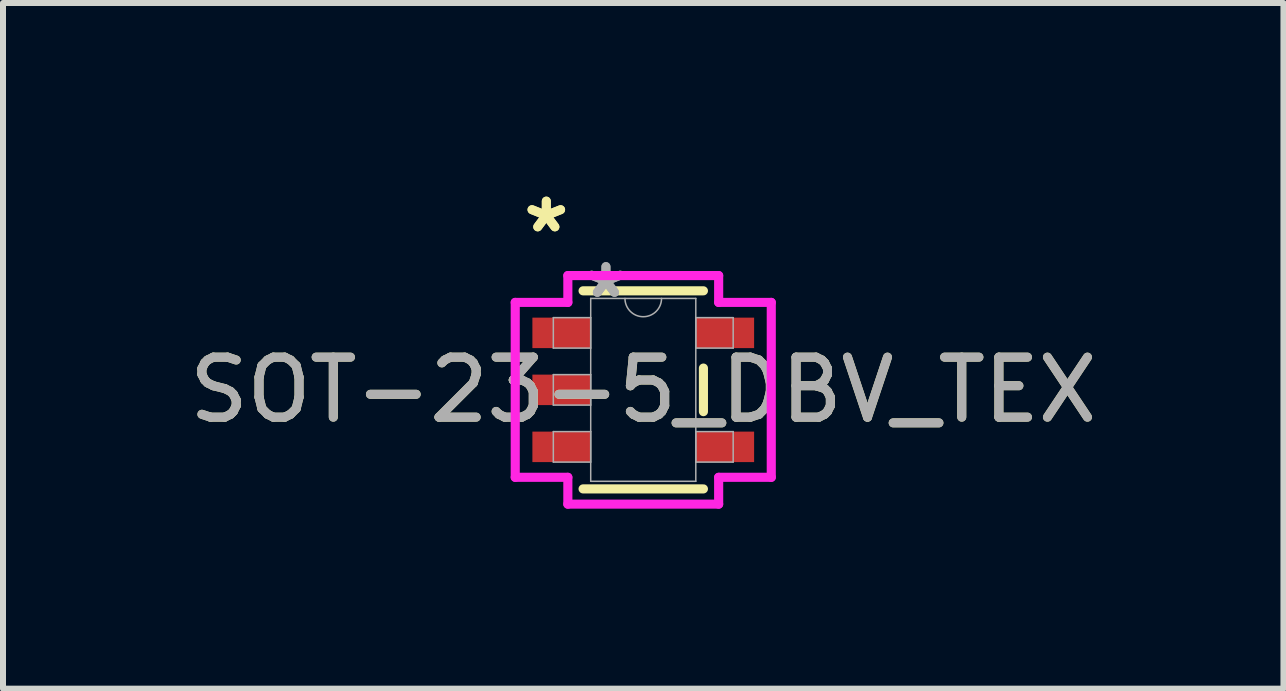
<source format=kicad_pcb>
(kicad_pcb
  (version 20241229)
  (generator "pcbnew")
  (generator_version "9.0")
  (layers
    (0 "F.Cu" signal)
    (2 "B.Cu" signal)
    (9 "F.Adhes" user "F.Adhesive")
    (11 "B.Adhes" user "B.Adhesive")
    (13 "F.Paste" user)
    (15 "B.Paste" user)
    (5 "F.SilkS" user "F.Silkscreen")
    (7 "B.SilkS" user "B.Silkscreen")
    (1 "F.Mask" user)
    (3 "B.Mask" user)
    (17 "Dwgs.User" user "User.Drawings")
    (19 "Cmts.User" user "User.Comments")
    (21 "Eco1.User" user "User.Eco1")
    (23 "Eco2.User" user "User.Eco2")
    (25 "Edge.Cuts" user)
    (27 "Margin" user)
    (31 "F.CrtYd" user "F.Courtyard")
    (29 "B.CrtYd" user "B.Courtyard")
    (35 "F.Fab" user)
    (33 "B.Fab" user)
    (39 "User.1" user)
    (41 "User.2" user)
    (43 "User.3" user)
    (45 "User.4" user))
  (footprint "SOT-23-5_DBV_TEX"
    (layer "F.Cu")
    (at 7.673 3.449)
    (property "Reference" "SOT-23-5_DBV_TEX" (at 0 0 0) (unlocked yes) (layer "F.SilkS") (effects (font (size 1 1) (thickness 0.15))))
    (attr smd)
    (fp_line (start -1.003 1.651) (end 1.003 1.651) (stroke (width 0.152) (type solid)) (layer "F.SilkS"))
    (fp_line (start 1.003 -1.651) (end -1.003 -1.651) (stroke (width 0.152) (type solid)) (layer "F.SilkS"))
    (fp_line (start 1.003 0.363) (end 1.003 -0.363) (stroke (width 0.152) (type solid)) (layer "F.SilkS"))
    (fp_line (start -2.134 -1.458) (end -1.257 -1.458) (stroke (width 0.152) (type solid)) (layer "F.CrtYd"))
    (fp_line (start -2.134 1.458) (end -2.134 -1.458) (stroke (width 0.152) (type solid)) (layer "F.CrtYd"))
    (fp_line (start -1.257 -1.905) (end 1.257 -1.905) (stroke (width 0.152) (type solid)) (layer "F.CrtYd"))
    (fp_line (start -1.257 -1.458) (end -1.257 -1.905) (stroke (width 0.152) (type solid)) (layer "F.CrtYd"))
    (fp_line (start -1.257 1.458) (end -2.134 1.458) (stroke (width 0.152) (type solid)) (layer "F.CrtYd"))
    (fp_line (start -1.257 1.905) (end -1.257 1.458) (stroke (width 0.152) (type solid)) (layer "F.CrtYd"))
    (fp_line (start 1.257 -1.905) (end 1.257 -1.458) (stroke (width 0.152) (type solid)) (layer "F.CrtYd"))
    (fp_line (start 1.257 -1.458) (end 2.134 -1.458) (stroke (width 0.152) (type solid)) (layer "F.CrtYd"))
    (fp_line (start 1.257 1.458) (end 1.257 1.905) (stroke (width 0.152) (type solid)) (layer "F.CrtYd"))
    (fp_line (start 1.257 1.905) (end -1.257 1.905) (stroke (width 0.152) (type solid)) (layer "F.CrtYd"))
    (fp_line (start 2.134 -1.458) (end 2.134 1.458) (stroke (width 0.152) (type solid)) (layer "F.CrtYd"))
    (fp_line (start 2.134 1.458) (end 1.257 1.458) (stroke (width 0.152) (type solid)) (layer "F.CrtYd"))
    (fp_line (start -1.499 -1.204) (end -1.499 -0.696) (stroke (width 0.025) (type solid)) (layer "F.Fab"))
    (fp_line (start -1.499 -0.696) (end -0.876 -0.696) (stroke (width 0.025) (type solid)) (layer "F.Fab"))
    (fp_line (start -1.499 -0.254) (end -1.499 0.254) (stroke (width 0.025) (type solid)) (layer "F.Fab"))
    (fp_line (start -1.499 0.254) (end -0.876 0.254) (stroke (width 0.025) (type solid)) (layer "F.Fab"))
    (fp_line (start -1.499 0.696) (end -1.499 1.204) (stroke (width 0.025) (type solid)) (layer "F.Fab"))
    (fp_line (start -1.499 1.204) (end -0.876 1.204) (stroke (width 0.025) (type solid)) (layer "F.Fab"))
    (fp_line (start -0.876 -1.524) (end -0.876 1.524) (stroke (width 0.025) (type solid)) (layer "F.Fab"))
    (fp_line (start -0.876 -1.204) (end -1.499 -1.204) (stroke (width 0.025) (type solid)) (layer "F.Fab"))
    (fp_line (start -0.876 -0.696) (end -0.876 -1.204) (stroke (width 0.025) (type solid)) (layer "F.Fab"))
    (fp_line (start -0.876 -0.254) (end -1.499 -0.254) (stroke (width 0.025) (type solid)) (layer "F.Fab"))
    (fp_line (start -0.876 0.254) (end -0.876 -0.254) (stroke (width 0.025) (type solid)) (layer "F.Fab"))
    (fp_line (start -0.876 0.696) (end -1.499 0.696) (stroke (width 0.025) (type solid)) (layer "F.Fab"))
    (fp_line (start -0.876 1.204) (end -0.876 0.696) (stroke (width 0.025) (type solid)) (layer "F.Fab"))
    (fp_line (start -0.876 1.524) (end 0.876 1.524) (stroke (width 0.025) (type solid)) (layer "F.Fab"))
    (fp_line (start 0.876 -1.524) (end -0.876 -1.524) (stroke (width 0.025) (type solid)) (layer "F.Fab"))
    (fp_line (start 0.876 -1.204) (end 0.876 -0.696) (stroke (width 0.025) (type solid)) (layer "F.Fab"))
    (fp_line (start 0.876 -0.696) (end 1.499 -0.696) (stroke (width 0.025) (type solid)) (layer "F.Fab"))
    (fp_line (start 0.876 0.696) (end 0.876 1.204) (stroke (width 0.025) (type solid)) (layer "F.Fab"))
    (fp_line (start 0.876 1.204) (end 1.499 1.204) (stroke (width 0.025) (type solid)) (layer "F.Fab"))
    (fp_line (start 0.876 1.524) (end 0.876 -1.524) (stroke (width 0.025) (type solid)) (layer "F.Fab"))
    (fp_line (start 1.499 -1.204) (end 0.876 -1.204) (stroke (width 0.025) (type solid)) (layer "F.Fab"))
    (fp_line (start 1.499 -0.696) (end 1.499 -1.204) (stroke (width 0.025) (type solid)) (layer "F.Fab"))
    (fp_line (start 1.499 0.696) (end 0.876 0.696) (stroke (width 0.025) (type solid)) (layer "F.Fab"))
    (fp_line (start 1.499 1.204) (end 1.499 0.696) (stroke (width 0.025) (type solid)) (layer "F.Fab"))
    (fp_arc (start 0.3048 -1.524) (mid 0 -1.2192) (end -0.3048 -1.524) (stroke (width 0.0254) (type solid)) (layer "F.Fab"))
    (fp_text user "*" (at -1.616 -2.601 0) (layer "F.SilkS") (effects (font (size 1 1) (thickness 0.15))))
    (fp_text user "*" (at -1.616 -2.601 0) (unlocked yes) (layer "F.SilkS") (effects (font (size 1 1) (thickness 0.15))))
    (fp_text user "${REFERENCE}" (at 0 0 0) (unlocked yes) (layer "F.Fab") (effects (font (size 1 1) (thickness 0.15))))
    (fp_text user "*" (at -0.622 -1.509 0) (unlocked yes) (layer "F.Fab") (effects (font (size 1 1) (thickness 0.15))))
    (fp_text user "*" (at -0.622 -1.509 0) (layer "F.Fab") (effects (font (size 1 1) (thickness 0.15))))
    (pad "1" smd rect (at -1.362 -0.95) (size 0.972 0.508) (layers "F.Cu" "F.Mask" "F.Paste"))
    (pad "2" smd rect (at -1.362 0) (size 0.972 0.508) (layers "F.Cu" "F.Mask" "F.Paste"))
    (pad "3" smd rect (at -1.362 0.95) (size 0.972 0.508) (layers "F.Cu" "F.Mask" "F.Paste"))
    (pad "4" smd rect (at 1.362 0.95) (size 0.972 0.508) (layers "F.Cu" "F.Mask" "F.Paste"))
    (pad "5" smd rect (at 1.362 -0.95) (size 0.972 0.508) (layers "F.Cu" "F.Mask" "F.Paste")))
  (gr_rect
    (start -3 -3)
    (end 18.345 8.43)
    (stroke (width 0.1) (type default))
    (fill no)
    (layer "Edge.Cuts")))
</source>
